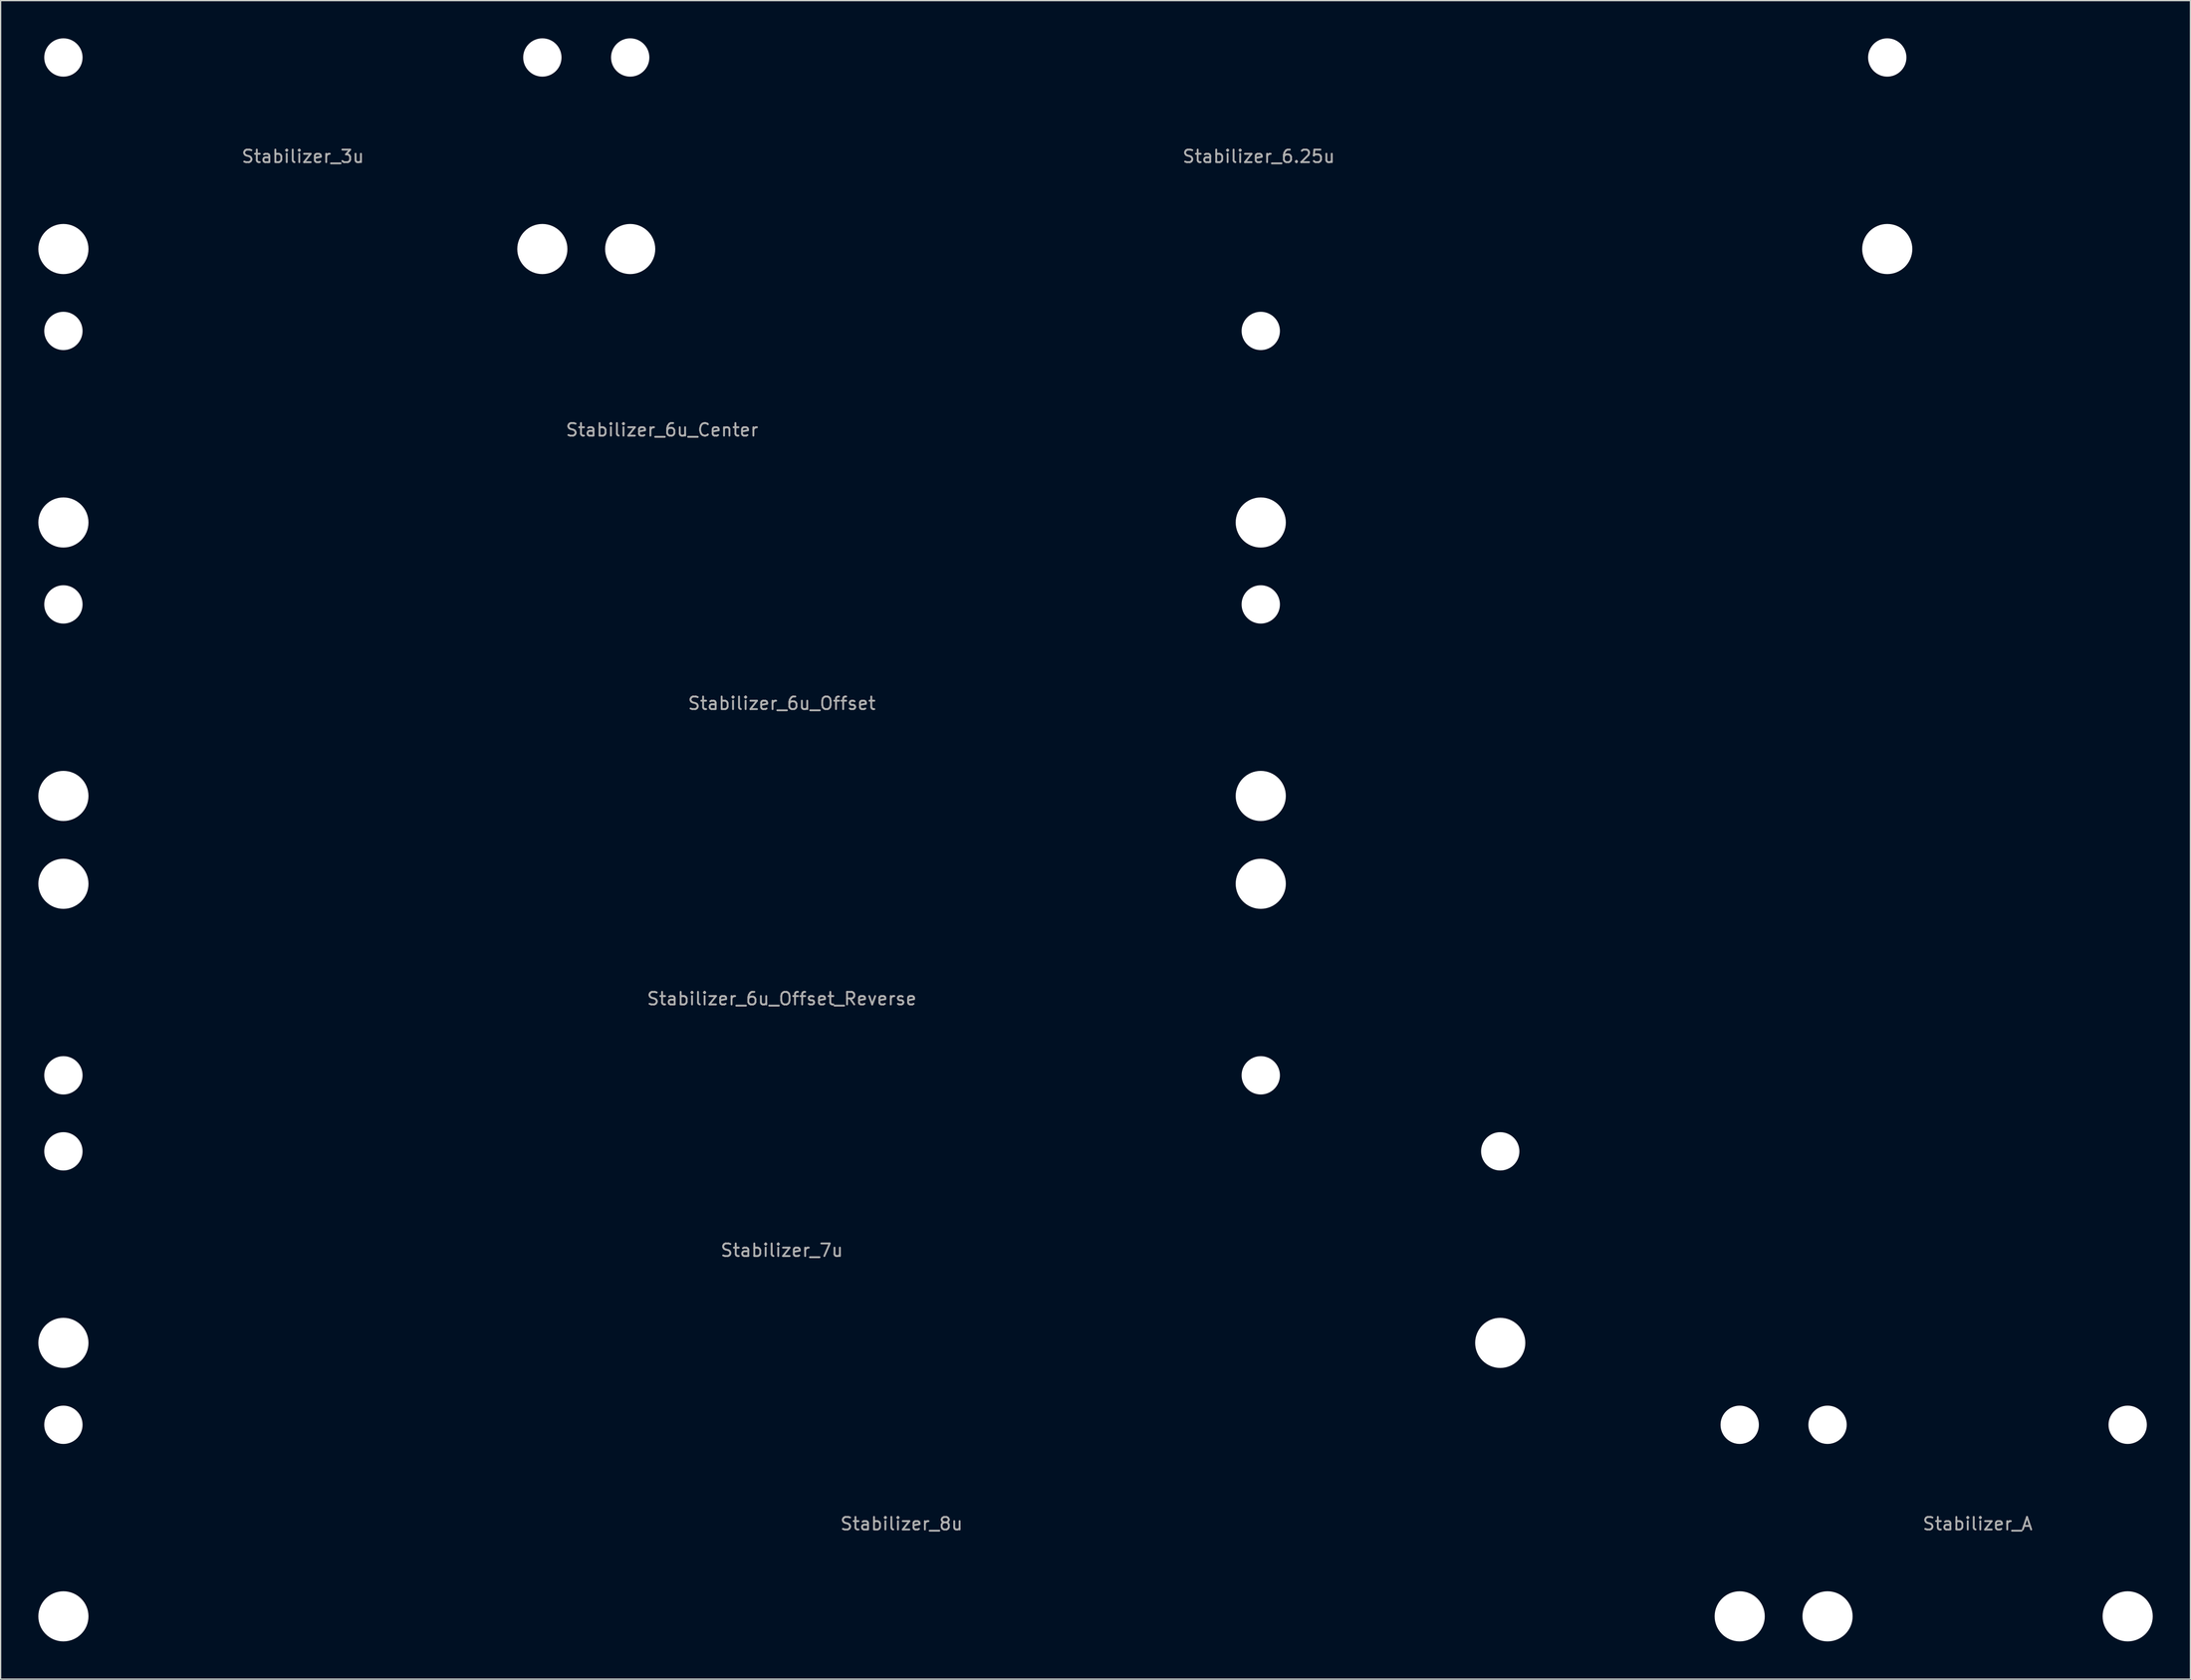
<source format=kicad_pcb>
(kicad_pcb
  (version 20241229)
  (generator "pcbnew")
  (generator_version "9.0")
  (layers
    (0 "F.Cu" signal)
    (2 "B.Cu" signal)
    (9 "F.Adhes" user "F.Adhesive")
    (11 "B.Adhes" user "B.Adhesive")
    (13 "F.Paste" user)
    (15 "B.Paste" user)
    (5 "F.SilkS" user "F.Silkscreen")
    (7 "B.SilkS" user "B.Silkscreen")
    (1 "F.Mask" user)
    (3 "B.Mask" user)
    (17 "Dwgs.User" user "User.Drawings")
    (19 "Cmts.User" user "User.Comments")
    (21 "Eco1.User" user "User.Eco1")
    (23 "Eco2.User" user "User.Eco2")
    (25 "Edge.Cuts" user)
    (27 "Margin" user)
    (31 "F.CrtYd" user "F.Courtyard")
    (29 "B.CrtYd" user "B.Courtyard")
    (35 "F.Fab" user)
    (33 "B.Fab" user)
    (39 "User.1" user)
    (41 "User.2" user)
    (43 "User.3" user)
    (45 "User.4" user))
  (footprint "Stabilizer_6u_Offset"
    (layer "F.Cu")
    (at 59.144 52.025)
    (property "Reference" "Stabilizer_6u_Offset" (at 0 0.889 0) (unlocked yes) (layer "F.Fab") (effects (font (size 1 1) (thickness 0.15))))
    (attr through_hole)
    (fp_line (start -58.801 -5.334) (end -58.801 6.096) (stroke (width 0.152) (type solid)) (layer "Eco2.User"))
    (fp_line (start -58.801 6.096) (end -55.499 6.096) (stroke (width 0.152) (type solid)) (layer "Eco2.User"))
    (fp_line (start -55.499 -5.334) (end -58.801 -5.334) (stroke (width 0.152) (type solid)) (layer "Eco2.User"))
    (fp_line (start -55.499 6.096) (end -55.499 -5.334) (stroke (width 0.152) (type solid)) (layer "Eco2.User"))
    (fp_line (start 36.449 -5.334) (end 36.449 6.096) (stroke (width 0.152) (type solid)) (layer "Eco2.User"))
    (fp_line (start 36.449 6.096) (end 39.751 6.096) (stroke (width 0.152) (type solid)) (layer "Eco2.User"))
    (fp_line (start 39.751 -5.334) (end 36.449 -5.334) (stroke (width 0.152) (type solid)) (layer "Eco2.User"))
    (fp_line (start 39.751 6.096) (end 39.751 -5.334) (stroke (width 0.152) (type solid)) (layer "Eco2.User"))
    (pad "" np_thru_hole circle (at -57.15 -6.985) (size 3.048 3.048) (drill 3.048) (layers "*.Cu" "*.Mask"))
    (pad "" np_thru_hole circle (at -57.15 8.255) (size 3.988 3.988) (drill 3.988) (layers "*.Cu" "*.Mask"))
    (pad "" np_thru_hole circle (at 38.1 -6.985) (size 3.048 3.048) (drill 3.048) (layers "*.Cu" "*.Mask"))
    (pad "" np_thru_hole circle (at 38.1 8.255) (size 3.988 3.988) (drill 3.988) (layers "*.Cu" "*.Mask")))
  (footprint "Stabilizer_7u"
    (layer "F.Cu")
    (at 59.144 95.541)
    (property "Reference" "Stabilizer_7u" (at 0 0.889 0) (unlocked yes) (layer "F.Fab") (effects (font (size 1 1) (thickness 0.15))))
    (attr through_hole)
    (fp_line (start -58.801 -5.334) (end -58.801 6.096) (stroke (width 0.152) (type solid)) (layer "Eco2.User"))
    (fp_line (start -58.801 6.096) (end -55.499 6.096) (stroke (width 0.152) (type solid)) (layer "Eco2.User"))
    (fp_line (start -55.499 -5.334) (end -58.801 -5.334) (stroke (width 0.152) (type solid)) (layer "Eco2.User"))
    (fp_line (start -55.499 6.096) (end -55.499 -5.334) (stroke (width 0.152) (type solid)) (layer "Eco2.User"))
    (fp_line (start 55.499 -5.334) (end 55.499 6.096) (stroke (width 0.152) (type solid)) (layer "Eco2.User"))
    (fp_line (start 55.499 6.096) (end 58.801 6.096) (stroke (width 0.152) (type solid)) (layer "Eco2.User"))
    (fp_line (start 58.801 -5.334) (end 55.499 -5.334) (stroke (width 0.152) (type solid)) (layer "Eco2.User"))
    (fp_line (start 58.801 6.096) (end 58.801 -5.334) (stroke (width 0.152) (type solid)) (layer "Eco2.User"))
    (pad "" np_thru_hole circle (at -57.15 -6.985) (size 3.048 3.048) (drill 3.048) (layers "*.Cu" "*.Mask"))
    (pad "" np_thru_hole circle (at -57.15 8.255) (size 3.988 3.988) (drill 3.988) (layers "*.Cu" "*.Mask"))
    (pad "" np_thru_hole circle (at 57.15 -6.985) (size 3.048 3.048) (drill 3.048) (layers "*.Cu" "*.Mask"))
    (pad "" np_thru_hole circle (at 57.15 8.255) (size 3.988 3.988) (drill 3.988) (layers "*.Cu" "*.Mask")))
  (footprint "Stabilizer_8u"
    (layer "F.Cu")
    (at 68.669 117.299)
    (property "Reference" "Stabilizer_8u" (at 0 0.889 0) (unlocked yes) (layer "F.Fab") (effects (font (size 1 1) (thickness 0.15))))
    (attr through_hole)
    (fp_line (start -68.326 -5.334) (end -68.326 6.096) (stroke (width 0.152) (type solid)) (layer "Eco2.User"))
    (fp_line (start -68.326 6.096) (end -65.024 6.096) (stroke (width 0.152) (type solid)) (layer "Eco2.User"))
    (fp_line (start -65.024 -5.334) (end -68.326 -5.334) (stroke (width 0.152) (type solid)) (layer "Eco2.User"))
    (fp_line (start -65.024 6.096) (end -65.024 -5.334) (stroke (width 0.152) (type solid)) (layer "Eco2.User"))
    (fp_line (start 65.024 -5.334) (end 65.024 6.096) (stroke (width 0.152) (type solid)) (layer "Eco2.User"))
    (fp_line (start 65.024 6.096) (end 68.326 6.096) (stroke (width 0.152) (type solid)) (layer "Eco2.User"))
    (fp_line (start 68.326 -5.334) (end 65.024 -5.334) (stroke (width 0.152) (type solid)) (layer "Eco2.User"))
    (fp_line (start 68.326 6.096) (end 68.326 -5.334) (stroke (width 0.152) (type solid)) (layer "Eco2.User"))
    (pad "" np_thru_hole circle (at -66.675 -6.985) (size 3.048 3.048) (drill 3.048) (layers "*.Cu" "*.Mask"))
    (pad "" np_thru_hole circle (at -66.675 8.255) (size 3.988 3.988) (drill 3.988) (layers "*.Cu" "*.Mask"))
    (pad "" np_thru_hole circle (at 66.675 -6.985) (size 3.048 3.048) (drill 3.048) (layers "*.Cu" "*.Mask"))
    (pad "" np_thru_hole circle (at 66.675 8.255) (size 3.988 3.988) (drill 3.988) (layers "*.Cu" "*.Mask")))
  (footprint "Stabilizer_6.25u"
    (layer "F.Cu")
    (at 97.082 8.509)
    (property "Reference" "Stabilizer_6.25u" (at 0 0.889 0) (unlocked yes) (layer "F.Fab") (effects (font (size 1 1) (thickness 0.15))))
    (attr through_hole)
    (fp_line (start -51.651 -5.334) (end -51.651 6.096) (stroke (width 0.152) (type solid)) (layer "Eco2.User"))
    (fp_line (start -51.651 6.096) (end -48.349 6.096) (stroke (width 0.152) (type solid)) (layer "Eco2.User"))
    (fp_line (start -48.349 -5.334) (end -51.651 -5.334) (stroke (width 0.152) (type solid)) (layer "Eco2.User"))
    (fp_line (start -48.349 6.096) (end -48.349 -5.334) (stroke (width 0.152) (type solid)) (layer "Eco2.User"))
    (fp_line (start 48.349 -5.334) (end 48.349 6.096) (stroke (width 0.152) (type solid)) (layer "Eco2.User"))
    (fp_line (start 48.349 6.096) (end 51.651 6.096) (stroke (width 0.152) (type solid)) (layer "Eco2.User"))
    (fp_line (start 51.651 -5.334) (end 48.349 -5.334) (stroke (width 0.152) (type solid)) (layer "Eco2.User"))
    (fp_line (start 51.651 6.096) (end 51.651 -5.334) (stroke (width 0.152) (type solid)) (layer "Eco2.User"))
    (pad "" np_thru_hole circle (at -50 -6.985) (size 3.048 3.048) (drill 3.048) (layers "*.Cu" "*.Mask"))
    (pad "" np_thru_hole circle (at -50 8.255) (size 3.988 3.988) (drill 3.988) (layers "*.Cu" "*.Mask"))
    (pad "" np_thru_hole circle (at 50 -6.985) (size 3.048 3.048) (drill 3.048) (layers "*.Cu" "*.Mask"))
    (pad "" np_thru_hole circle (at 50 8.255) (size 3.988 3.988) (drill 3.988) (layers "*.Cu" "*.Mask")))
  (footprint "Stabilizer_6u_Center"
    (layer "F.Cu")
    (at 49.619 30.267)
    (property "Reference" "Stabilizer_6u_Center" (at 0 0.889 0) (unlocked yes) (layer "F.Fab") (effects (font (size 1 1) (thickness 0.15))))
    (attr through_hole)
    (fp_line (start -49.276 -5.334) (end -49.276 6.096) (stroke (width 0.152) (type solid)) (layer "Eco2.User"))
    (fp_line (start -49.276 6.096) (end -45.974 6.096) (stroke (width 0.152) (type solid)) (layer "Eco2.User"))
    (fp_line (start -45.974 -5.334) (end -49.276 -5.334) (stroke (width 0.152) (type solid)) (layer "Eco2.User"))
    (fp_line (start -45.974 6.096) (end -45.974 -5.334) (stroke (width 0.152) (type solid)) (layer "Eco2.User"))
    (fp_line (start 45.974 -5.334) (end 45.974 6.096) (stroke (width 0.152) (type solid)) (layer "Eco2.User"))
    (fp_line (start 45.974 6.096) (end 49.276 6.096) (stroke (width 0.152) (type solid)) (layer "Eco2.User"))
    (fp_line (start 49.276 -5.334) (end 45.974 -5.334) (stroke (width 0.152) (type solid)) (layer "Eco2.User"))
    (fp_line (start 49.276 6.096) (end 49.276 -5.334) (stroke (width 0.152) (type solid)) (layer "Eco2.User"))
    (pad "" np_thru_hole circle (at -47.625 -6.985) (size 3.048 3.048) (drill 3.048) (layers "*.Cu" "*.Mask"))
    (pad "" np_thru_hole circle (at -47.625 8.255) (size 3.988 3.988) (drill 3.988) (layers "*.Cu" "*.Mask"))
    (pad "" np_thru_hole circle (at 47.625 -6.985) (size 3.048 3.048) (drill 3.048) (layers "*.Cu" "*.Mask"))
    (pad "" np_thru_hole circle (at 47.625 8.255) (size 3.988 3.988) (drill 3.988) (layers "*.Cu" "*.Mask")))
  (footprint "Stabilizer_A"
    (layer "F.Cu")
    (at 154.27 117.299)
    (property "Reference" "Stabilizer_A" (at 0 0.889 0) (unlocked yes) (layer "F.Fab") (effects (font (size 1 1) (thickness 0.15))))
    (attr through_hole)
    (fp_line (start -13.589 -5.334) (end -13.589 6.096) (stroke (width 0.152) (type solid)) (layer "Eco2.User"))
    (fp_line (start -13.589 6.096) (end -10.287 6.096) (stroke (width 0.152) (type solid)) (layer "Eco2.User"))
    (fp_line (start -10.287 -5.334) (end -13.589 -5.334) (stroke (width 0.152) (type solid)) (layer "Eco2.User"))
    (fp_line (start -10.287 6.096) (end -10.287 -5.334) (stroke (width 0.152) (type solid)) (layer "Eco2.User"))
    (fp_line (start 10.287 -5.334) (end 10.287 6.096) (stroke (width 0.152) (type solid)) (layer "Eco2.User"))
    (fp_line (start 10.287 6.096) (end 13.589 6.096) (stroke (width 0.152) (type solid)) (layer "Eco2.User"))
    (fp_line (start 13.589 -5.334) (end 10.287 -5.334) (stroke (width 0.152) (type solid)) (layer "Eco2.User"))
    (fp_line (start 13.589 6.096) (end 13.589 -5.334) (stroke (width 0.152) (type solid)) (layer "Eco2.User"))
    (pad "" np_thru_hole circle (at -11.938 -6.985) (size 3.048 3.048) (drill 3.048) (layers "*.Cu" "*.Mask"))
    (pad "" np_thru_hole circle (at -11.938 8.255) (size 3.988 3.988) (drill 3.988) (layers "*.Cu" "*.Mask"))
    (pad "" np_thru_hole circle (at 11.938 -6.985) (size 3.048 3.048) (drill 3.048) (layers "*.Cu" "*.Mask"))
    (pad "" np_thru_hole circle (at 11.938 8.255) (size 3.988 3.988) (drill 3.988) (layers "*.Cu" "*.Mask")))
  (footprint "Stabilizer_3u"
    (layer "F.Cu")
    (at 21.044 8.509)
    (property "Reference" "Stabilizer_3u" (at 0 0.889 0) (unlocked yes) (layer "F.Fab") (effects (font (size 1 1) (thickness 0.15))))
    (attr through_hole)
    (fp_line (start -20.701 -5.334) (end -20.701 6.096) (stroke (width 0.152) (type solid)) (layer "Eco2.User"))
    (fp_line (start -20.701 6.096) (end -17.399 6.096) (stroke (width 0.152) (type solid)) (layer "Eco2.User"))
    (fp_line (start -17.399 -5.334) (end -20.701 -5.334) (stroke (width 0.152) (type solid)) (layer "Eco2.User"))
    (fp_line (start -17.399 6.096) (end -17.399 -5.334) (stroke (width 0.152) (type solid)) (layer "Eco2.User"))
    (fp_line (start 17.399 -5.334) (end 17.399 6.096) (stroke (width 0.152) (type solid)) (layer "Eco2.User"))
    (fp_line (start 17.399 6.096) (end 20.701 6.096) (stroke (width 0.152) (type solid)) (layer "Eco2.User"))
    (fp_line (start 20.701 -5.334) (end 17.399 -5.334) (stroke (width 0.152) (type solid)) (layer "Eco2.User"))
    (fp_line (start 20.701 6.096) (end 20.701 -5.334) (stroke (width 0.152) (type solid)) (layer "Eco2.User"))
    (pad "" np_thru_hole circle (at -19.05 -6.985) (size 3.048 3.048) (drill 3.048) (layers "*.Cu" "*.Mask"))
    (pad "" np_thru_hole circle (at -19.05 8.255) (size 3.988 3.988) (drill 3.988) (layers "*.Cu" "*.Mask"))
    (pad "" np_thru_hole circle (at 19.05 -6.985) (size 3.048 3.048) (drill 3.048) (layers "*.Cu" "*.Mask"))
    (pad "" np_thru_hole circle (at 19.05 8.255) (size 3.988 3.988) (drill 3.988) (layers "*.Cu" "*.Mask")))
  (footprint "Stabilizer_6u_Offset_Reverse"
    (layer "F.Cu")
    (at 59.144 75.523)
    (property "Reference" "Stabilizer_6u_Offset_Reverse" (at 0 0.889 0) (unlocked yes) (layer "F.Fab") (effects (font (size 1 1) (thickness 0.15))))
    (attr through_hole)
    (fp_line (start -58.801 -6.096) (end -58.801 5.334) (stroke (width 0.152) (type solid)) (layer "Eco2.User"))
    (fp_line (start -58.801 5.334) (end -55.499 5.334) (stroke (width 0.152) (type solid)) (layer "Eco2.User"))
    (fp_line (start -55.499 -6.096) (end -58.801 -6.096) (stroke (width 0.152) (type solid)) (layer "Eco2.User"))
    (fp_line (start -55.499 5.334) (end -55.499 -6.096) (stroke (width 0.152) (type solid)) (layer "Eco2.User"))
    (fp_line (start 36.449 -6.096) (end 36.449 5.334) (stroke (width 0.152) (type solid)) (layer "Eco2.User"))
    (fp_line (start 36.449 5.334) (end 39.751 5.334) (stroke (width 0.152) (type solid)) (layer "Eco2.User"))
    (fp_line (start 39.751 -6.096) (end 36.449 -6.096) (stroke (width 0.152) (type solid)) (layer "Eco2.User"))
    (fp_line (start 39.751 5.334) (end 39.751 -6.096) (stroke (width 0.152) (type solid)) (layer "Eco2.User"))
    (pad "" np_thru_hole circle (at -57.15 -8.255 180) (size 3.988 3.988) (drill 3.988) (layers "*.Cu" "*.Mask"))
    (pad "" np_thru_hole circle (at -57.15 6.985 180) (size 3.048 3.048) (drill 3.048) (layers "*.Cu" "*.Mask"))
    (pad "" np_thru_hole circle (at 38.1 -8.255 180) (size 3.988 3.988) (drill 3.988) (layers "*.Cu" "*.Mask"))
    (pad "" np_thru_hole circle (at 38.1 6.985 180) (size 3.048 3.048) (drill 3.048) (layers "*.Cu" "*.Mask")))
  (gr_rect
    (start -3 -3)
    (end 171.202 130.547)
    (stroke (width 0.1) (type default))
    (fill no)
    (layer "Edge.Cuts")))
</source>
